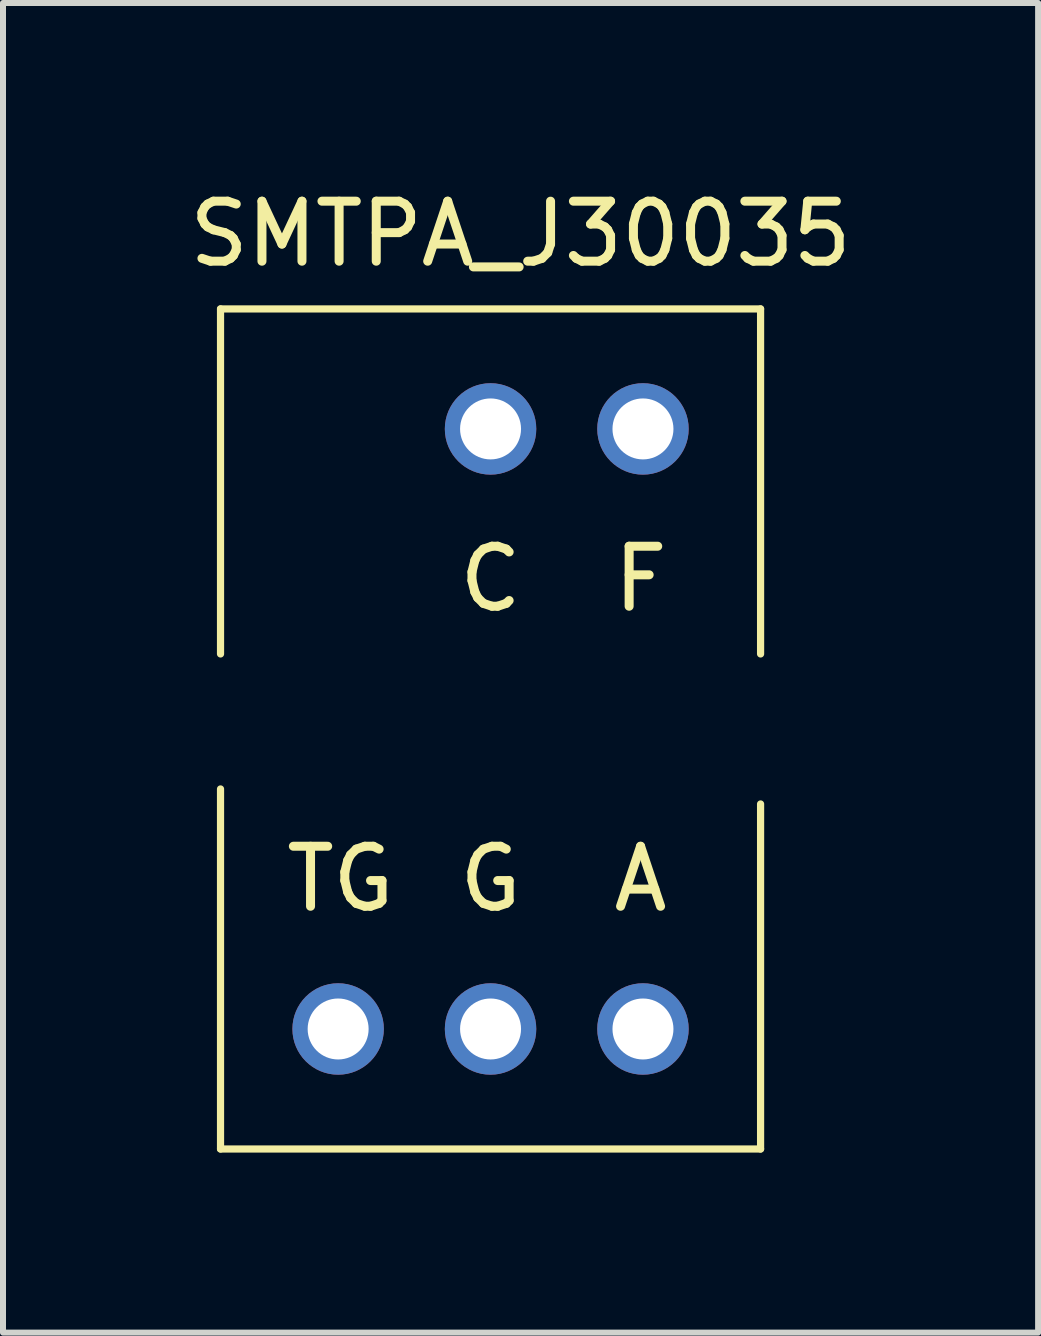
<source format=kicad_pcb>
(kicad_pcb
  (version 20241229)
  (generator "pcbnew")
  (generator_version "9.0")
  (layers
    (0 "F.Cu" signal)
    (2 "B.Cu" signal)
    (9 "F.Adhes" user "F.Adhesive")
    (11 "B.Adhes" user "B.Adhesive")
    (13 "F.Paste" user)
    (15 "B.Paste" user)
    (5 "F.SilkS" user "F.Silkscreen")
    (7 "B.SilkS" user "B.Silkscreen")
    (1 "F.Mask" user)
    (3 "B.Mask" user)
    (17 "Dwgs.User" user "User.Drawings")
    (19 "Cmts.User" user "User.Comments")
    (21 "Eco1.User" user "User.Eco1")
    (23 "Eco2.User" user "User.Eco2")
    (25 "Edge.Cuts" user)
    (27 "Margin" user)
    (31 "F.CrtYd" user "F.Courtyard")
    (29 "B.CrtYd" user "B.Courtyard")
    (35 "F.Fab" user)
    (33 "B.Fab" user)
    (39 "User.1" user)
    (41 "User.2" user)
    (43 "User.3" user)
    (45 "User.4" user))
  (footprint "SMTPA_J30035"
    (layer "F.Cu")
    (at 5.125 9.098)
    (property "Reference" "SMTPA_J30035" (at 0.5 -8.25 0) (layer "F.SilkS") (effects (font (size 1 1) (thickness 0.15))))
    (attr through_hole)
    (fp_line (start -4.5 -7) (end -4.5 -1.25) (stroke (width 0.12) (type solid)) (layer "F.SilkS"))
    (fp_line (start -4.5 1) (end -4.5 7) (stroke (width 0.12) (type solid)) (layer "F.SilkS"))
    (fp_line (start -4.5 7) (end 4.5 7) (stroke (width 0.12) (type solid)) (layer "F.SilkS"))
    (fp_line (start 4.5 -7) (end -4.5 -7) (stroke (width 0.12) (type solid)) (layer "F.SilkS"))
    (fp_line (start 4.5 -1.25) (end 4.5 -7) (stroke (width 0.12) (type solid)) (layer "F.SilkS"))
    (fp_line (start 4.5 7) (end 4.5 1.25) (stroke (width 0.12) (type solid)) (layer "F.SilkS"))
    (fp_text user "TG" (at -2.5 2.5 0) (layer "F.SilkS") (effects (font (size 1 1) (thickness 0.15))))
    (fp_text user "A" (at 2.5 2.5 0) (layer "F.SilkS") (effects (font (size 1 1) (thickness 0.15))))
    (fp_text user "G" (at 0 2.5 0) (layer "F.SilkS") (effects (font (size 1 1) (thickness 0.15))))
    (fp_text user "C" (at 0 -2.5 0) (layer "F.SilkS") (effects (font (size 1 1) (thickness 0.15))))
    (fp_text user "F" (at 2.5 -2.5 0) (layer "F.SilkS") (effects (font (size 1 1) (thickness 0.15))))
    (pad "1" thru_hole circle (at 2.54 5 90) (size 1.524 1.524) (drill 1.016) (layers "*.Cu" "*.Mask"))
    (pad "2" thru_hole circle (at 2.54 -5 90) (size 1.524 1.524) (drill 1.016) (layers "*.Cu" "*.Mask"))
    (pad "3" thru_hole circle (at 0 -5 90) (size 1.524 1.524) (drill 1.016) (layers "*.Cu" "*.Mask"))
    (pad "4" thru_hole circle (at -2.54 5 90) (size 1.524 1.524) (drill 1.016) (layers "*.Cu" "*.Mask"))
    (pad "5" thru_hole circle (at 0 5 90) (size 1.524 1.524) (drill 1.016) (layers "*.Cu" "*.Mask")))
  (gr_rect
    (start -3 -3)
    (end 14.25 19.158)
    (stroke (width 0.1) (type default))
    (fill no)
    (layer "Edge.Cuts")))
</source>
